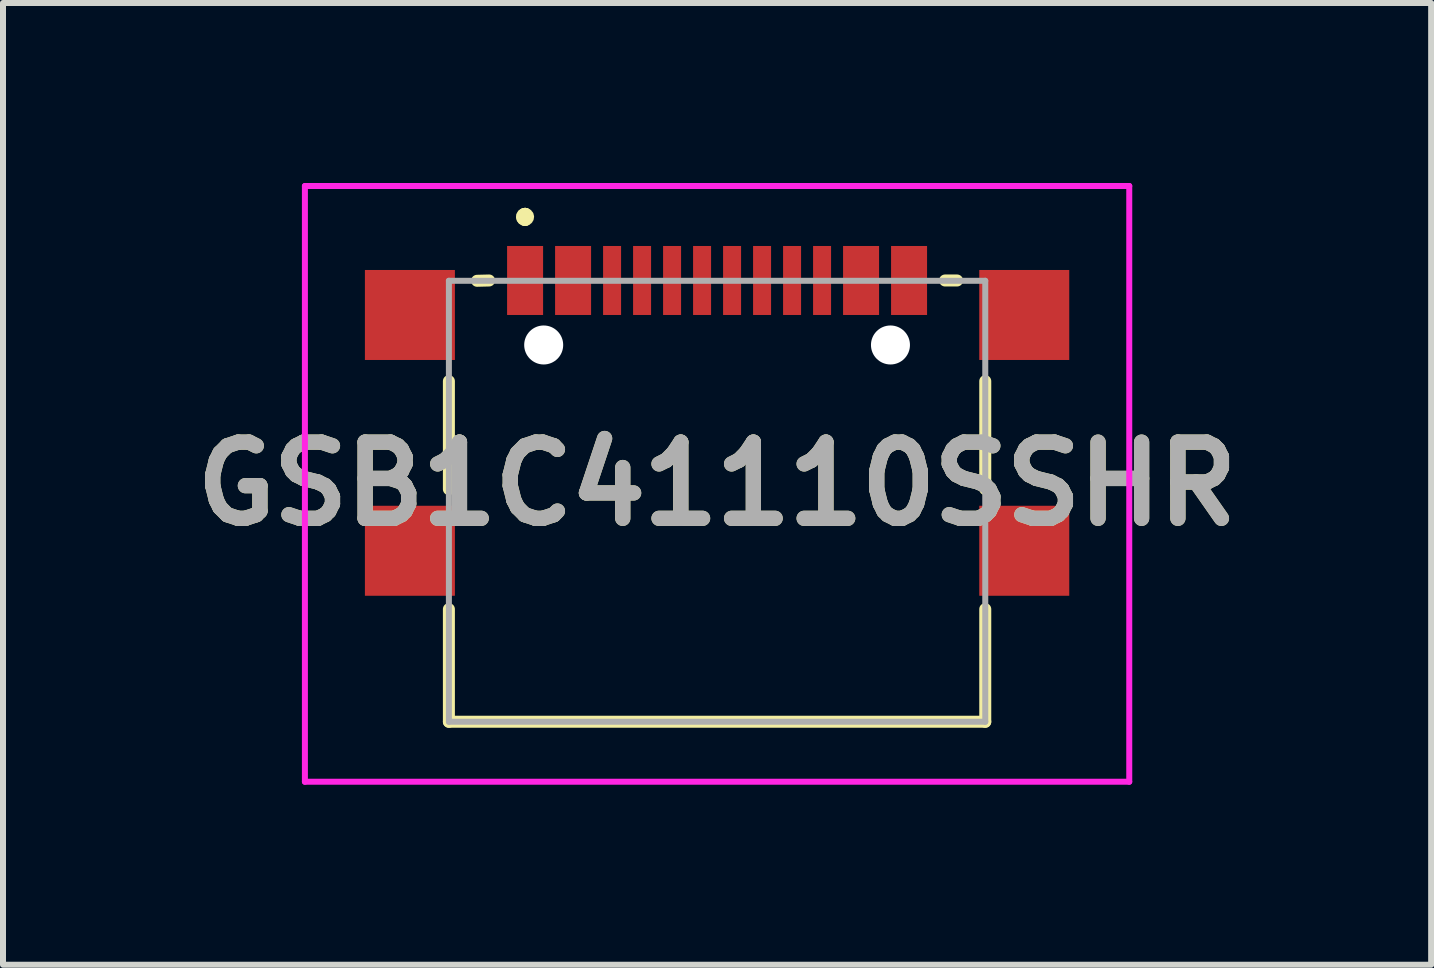
<source format=kicad_pcb>
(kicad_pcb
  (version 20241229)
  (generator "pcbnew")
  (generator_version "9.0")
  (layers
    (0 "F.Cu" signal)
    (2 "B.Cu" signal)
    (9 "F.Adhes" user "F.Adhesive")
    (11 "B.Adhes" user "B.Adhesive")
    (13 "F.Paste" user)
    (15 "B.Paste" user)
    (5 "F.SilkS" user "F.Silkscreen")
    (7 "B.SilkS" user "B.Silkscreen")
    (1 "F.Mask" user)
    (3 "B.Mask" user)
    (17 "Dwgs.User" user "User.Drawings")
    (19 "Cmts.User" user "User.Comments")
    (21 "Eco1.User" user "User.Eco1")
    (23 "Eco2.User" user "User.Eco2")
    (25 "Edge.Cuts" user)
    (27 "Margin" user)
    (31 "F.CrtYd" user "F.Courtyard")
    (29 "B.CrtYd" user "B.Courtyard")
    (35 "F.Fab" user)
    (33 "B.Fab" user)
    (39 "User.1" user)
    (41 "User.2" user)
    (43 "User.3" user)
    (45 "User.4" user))
  (footprint "GSB1C41110SSHR"
    (layer "F.Cu")
    (at 8.902 5.015)
    (property "Reference" "GSB1C41110SSHR" (at 0 0 0) (layer "F.SilkS") (effects (font (size 1.27 1.27) (thickness 0.254))))
    (attr through_hole)
    (fp_line (start -4.47 -1.712) (end -4.47 0.088) (stroke (width 0.2) (type solid)) (layer "F.SilkS"))
    (fp_line (start -4.47 2.088) (end -4.47 3.965) (stroke (width 0.2) (type solid)) (layer "F.SilkS"))
    (fp_line (start -4.47 3.965) (end 4.47 3.965) (stroke (width 0.2) (type solid)) (layer "F.SilkS"))
    (fp_line (start -4 -3.385) (end -3.8 -3.39) (stroke (width 0.2) (type solid)) (layer "F.SilkS"))
    (fp_line (start -3.2 -4.5) (end -3.2 -4.5) (stroke (width 0.2) (type solid)) (layer "F.SilkS"))
    (fp_line (start -3.2 -4.5) (end -3.2 -4.5) (stroke (width 0.2) (type solid)) (layer "F.SilkS"))
    (fp_line (start -3.2 -4.4) (end -3.2 -4.4) (stroke (width 0.2) (type solid)) (layer "F.SilkS"))
    (fp_line (start 3.8 -3.39) (end 4 -3.39) (stroke (width 0.2) (type solid)) (layer "F.SilkS"))
    (fp_line (start 4.47 0.088) (end 4.47 -1.712) (stroke (width 0.2) (type solid)) (layer "F.SilkS"))
    (fp_line (start 4.47 3.965) (end 4.47 2.088) (stroke (width 0.2) (type solid)) (layer "F.SilkS"))
    (fp_arc (start -3.2 -4.5) (mid -3.15 -4.45) (end -3.2 -4.4) (stroke (width 0.2) (type solid)) (layer "F.SilkS"))
    (fp_arc (start -3.2 -4.4) (mid -3.25 -4.45) (end -3.2 -4.5) (stroke (width 0.2) (type solid)) (layer "F.SilkS"))
    (fp_arc (start -3.2 -4.4) (mid -3.25 -4.45) (end -3.2 -4.5) (stroke (width 0.2) (type solid)) (layer "F.SilkS"))
    (fp_line (start -6.87 -4.965) (end 6.87 -4.965) (stroke (width 0.1) (type solid)) (layer "F.CrtYd"))
    (fp_line (start -6.87 4.965) (end -6.87 -4.965) (stroke (width 0.1) (type solid)) (layer "F.CrtYd"))
    (fp_line (start 6.87 -4.965) (end 6.87 4.965) (stroke (width 0.1) (type solid)) (layer "F.CrtYd"))
    (fp_line (start 6.87 4.965) (end -6.87 4.965) (stroke (width 0.1) (type solid)) (layer "F.CrtYd"))
    (fp_line (start -4.47 -3.385) (end -4.47 3.965) (stroke (width 0.1) (type solid)) (layer "F.Fab"))
    (fp_line (start -4.47 3.965) (end 4.47 3.965) (stroke (width 0.1) (type solid)) (layer "F.Fab"))
    (fp_line (start 4.47 -3.385) (end -4.47 -3.385) (stroke (width 0.1) (type solid)) (layer "F.Fab"))
    (fp_line (start 4.47 3.965) (end 4.47 -3.385) (stroke (width 0.1) (type solid)) (layer "F.Fab"))
    (fp_text user "${REFERENCE}" (at 0 0 0) (layer "F.Fab") (effects (font (size 1.27 1.27) (thickness 0.254))))
    (pad "" np_thru_hole circle (at -2.89 -2.315) (size 0.65 0.65) (drill 0.65) (layers "*.Cu" "*.Mask"))
    (pad "" np_thru_hole circle (at 2.89 -2.315) (size 0.65 0.65) (drill 0.65) (layers "*.Cu" "*.Mask"))
    (pad "A1" smd rect (at -5.12 -2.815 90) (size 1.5 1.5) (layers "F.Cu" "F.Mask" "F.Paste"))
    (pad "A1" smd rect (at -5.12 1.115 90) (size 1.5 1.5) (layers "F.Cu" "F.Mask" "F.Paste"))
    (pad "A1" smd rect (at -3.2 -3.39) (size 0.6 1.15) (layers "F.Cu" "F.Mask" "F.Paste"))
    (pad "A1" smd rect (at 5.12 -2.815 90) (size 1.5 1.5) (layers "F.Cu" "F.Mask" "F.Paste"))
    (pad "A1" smd rect (at 5.12 1.115 90) (size 1.5 1.5) (layers "F.Cu" "F.Mask" "F.Paste"))
    (pad "A4" smd rect (at -2.4 -3.39) (size 0.6 1.15) (layers "F.Cu" "F.Mask" "F.Paste"))
    (pad "A5" smd rect (at -1.25 -3.39) (size 0.3 1.15) (layers "F.Cu" "F.Mask" "F.Paste"))
    (pad "A6" smd rect (at -0.25 -3.39) (size 0.3 1.15) (layers "F.Cu" "F.Mask" "F.Paste"))
    (pad "A7" smd rect (at 0.25 -3.39) (size 0.3 1.15) (layers "F.Cu" "F.Mask" "F.Paste"))
    (pad "A8" smd rect (at 1.25 -3.39) (size 0.3 1.15) (layers "F.Cu" "F.Mask" "F.Paste"))
    (pad "A9" smd rect (at 2.4 -3.39) (size 0.6 1.15) (layers "F.Cu" "F.Mask" "F.Paste"))
    (pad "A12" smd rect (at 3.2 -3.39) (size 0.6 1.15) (layers "F.Cu" "F.Mask" "F.Paste"))
    (pad "B5" smd rect (at 1.75 -3.39) (size 0.3 1.15) (layers "F.Cu" "F.Mask" "F.Paste"))
    (pad "B6" smd rect (at 0.75 -3.39) (size 0.3 1.15) (layers "F.Cu" "F.Mask" "F.Paste"))
    (pad "B7" smd rect (at -0.75 -3.39) (size 0.3 1.15) (layers "F.Cu" "F.Mask" "F.Paste"))
    (pad "B8" smd rect (at -1.75 -3.39) (size 0.3 1.15) (layers "F.Cu" "F.Mask" "F.Paste")))
  (gr_rect
    (start -3 -3)
    (end 20.804 13.03)
    (stroke (width 0.1) (type default))
    (fill no)
    (layer "Edge.Cuts")))
</source>
